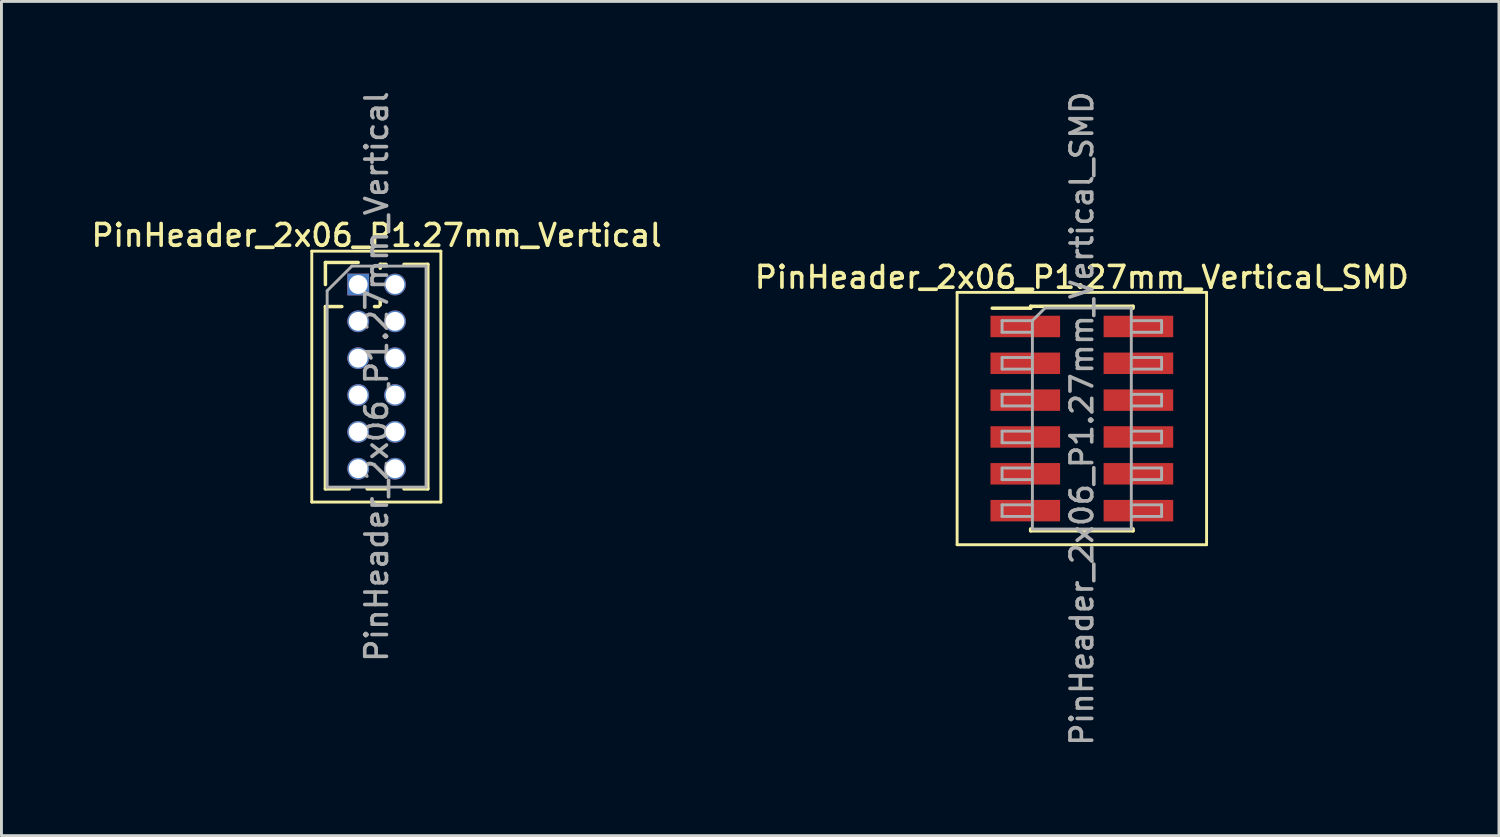
<source format=kicad_pcb>
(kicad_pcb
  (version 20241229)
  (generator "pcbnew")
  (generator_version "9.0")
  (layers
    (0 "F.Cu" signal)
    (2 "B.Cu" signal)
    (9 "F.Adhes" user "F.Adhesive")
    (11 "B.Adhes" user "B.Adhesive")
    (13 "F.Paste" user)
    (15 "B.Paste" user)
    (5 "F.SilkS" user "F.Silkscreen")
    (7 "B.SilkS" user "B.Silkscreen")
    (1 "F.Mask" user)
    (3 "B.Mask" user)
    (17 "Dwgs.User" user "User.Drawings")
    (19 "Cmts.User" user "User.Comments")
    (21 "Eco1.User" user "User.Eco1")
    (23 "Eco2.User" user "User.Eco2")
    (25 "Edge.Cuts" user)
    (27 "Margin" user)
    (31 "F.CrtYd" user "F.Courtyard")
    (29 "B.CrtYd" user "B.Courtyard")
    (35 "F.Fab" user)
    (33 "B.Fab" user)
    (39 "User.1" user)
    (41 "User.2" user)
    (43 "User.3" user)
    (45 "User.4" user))
  (footprint "PinHeader_2x06_P1.27mm_Vertical"
    (layer "F.Cu")
    (at 9.299 6.759)
    (property "Reference" "PinHeader_2x06_P1.27mm_Vertical" (at 0.635 -1.695 0) (layer "F.SilkS") (effects (font (size 0.75 0.75) (thickness 0.125))))
    (attr through_hole)
    (fp_line (start -1.6 -1.15) (end -1.6 7.5) (stroke (width 0.1) (type solid)) (layer "F.SilkS"))
    (fp_line (start -1.6 7.5) (end 2.85 7.5) (stroke (width 0.1) (type solid)) (layer "F.SilkS"))
    (fp_line (start -1.13 -0.76) (end 0 -0.76) (stroke (width 0.12) (type solid)) (layer "F.SilkS"))
    (fp_line (start -1.13 0) (end -1.13 -0.76) (stroke (width 0.12) (type solid)) (layer "F.SilkS"))
    (fp_line (start -1.13 0.76) (end -1.13 7.045) (stroke (width 0.12) (type solid)) (layer "F.SilkS"))
    (fp_line (start -1.13 0.76) (end -0.563 0.76) (stroke (width 0.12) (type solid)) (layer "F.SilkS"))
    (fp_line (start -1.13 7.045) (end -0.308 7.045) (stroke (width 0.12) (type solid)) (layer "F.SilkS"))
    (fp_line (start 0.308 7.045) (end 0.962 7.045) (stroke (width 0.12) (type solid)) (layer "F.SilkS"))
    (fp_line (start 0.563 0.76) (end 0.707 0.76) (stroke (width 0.12) (type solid)) (layer "F.SilkS"))
    (fp_line (start 0.76 -0.695) (end 0.962 -0.695) (stroke (width 0.12) (type solid)) (layer "F.SilkS"))
    (fp_line (start 0.76 -0.563) (end 0.76 -0.695) (stroke (width 0.12) (type solid)) (layer "F.SilkS"))
    (fp_line (start 0.76 0.707) (end 0.76 0.563) (stroke (width 0.12) (type solid)) (layer "F.SilkS"))
    (fp_line (start 1.578 -0.695) (end 2.4 -0.695) (stroke (width 0.12) (type solid)) (layer "F.SilkS"))
    (fp_line (start 1.578 7.045) (end 2.4 7.045) (stroke (width 0.12) (type solid)) (layer "F.SilkS"))
    (fp_line (start 2.4 -0.695) (end 2.4 7.045) (stroke (width 0.12) (type solid)) (layer "F.SilkS"))
    (fp_line (start 2.85 -1.15) (end -1.6 -1.15) (stroke (width 0.1) (type solid)) (layer "F.SilkS"))
    (fp_line (start 2.85 7.5) (end 2.85 -1.15) (stroke (width 0.1) (type solid)) (layer "F.SilkS"))
    (fp_line (start -1.07 0.217) (end -0.217 -0.635) (stroke (width 0.1) (type solid)) (layer "F.Fab"))
    (fp_line (start -1.07 6.985) (end -1.07 0.217) (stroke (width 0.1) (type solid)) (layer "F.Fab"))
    (fp_line (start -0.217 -0.635) (end 2.34 -0.635) (stroke (width 0.1) (type solid)) (layer "F.Fab"))
    (fp_line (start 2.34 -0.635) (end 2.34 6.985) (stroke (width 0.1) (type solid)) (layer "F.Fab"))
    (fp_line (start 2.34 6.985) (end -1.07 6.985) (stroke (width 0.1) (type solid)) (layer "F.Fab"))
    (fp_text user "${REFERENCE}" (at 0.635 3.175 90) (layer "F.Fab") (effects (font (size 0.75 0.75) (thickness 0.125))))
    (pad "1" thru_hole rect (at 0 0) (size 0.75 0.75) (drill 0.65) (layers "*.Cu" "*.Mask"))
    (pad "2" thru_hole oval (at 1.27 0) (size 0.75 0.75) (drill 0.65) (layers "*.Cu" "*.Mask"))
    (pad "3" thru_hole oval (at 0 1.27) (size 0.75 0.75) (drill 0.65) (layers "*.Cu" "*.Mask"))
    (pad "4" thru_hole oval (at 1.27 1.27) (size 0.75 0.75) (drill 0.65) (layers "*.Cu" "*.Mask"))
    (pad "5" thru_hole oval (at 0 2.54) (size 0.75 0.75) (drill 0.65) (layers "*.Cu" "*.Mask"))
    (pad "6" thru_hole oval (at 1.27 2.54) (size 0.75 0.75) (drill 0.65) (layers "*.Cu" "*.Mask"))
    (pad "7" thru_hole oval (at 0 3.81) (size 0.75 0.75) (drill 0.65) (layers "*.Cu" "*.Mask"))
    (pad "8" thru_hole oval (at 1.27 3.81) (size 0.75 0.75) (drill 0.65) (layers "*.Cu" "*.Mask"))
    (pad "9" thru_hole oval (at 0 5.08) (size 0.75 0.75) (drill 0.65) (layers "*.Cu" "*.Mask"))
    (pad "10" thru_hole oval (at 1.27 5.08) (size 0.75 0.75) (drill 0.65) (layers "*.Cu" "*.Mask"))
    (pad "11" thru_hole oval (at 0 6.35) (size 0.75 0.75) (drill 0.65) (layers "*.Cu" "*.Mask"))
    (pad "12" thru_hole oval (at 1.27 6.35) (size 0.75 0.75) (drill 0.65) (layers "*.Cu" "*.Mask")))
  (footprint "PinHeader_2x06_P1.27mm_Vertical_SMD"
    (layer "F.Cu")
    (at 34.248 11.38)
    (property "Reference" "PinHeader_2x06_P1.27mm_Vertical_SMD" (at 0 -4.87 0) (layer "F.SilkS") (effects (font (size 0.75 0.75) (thickness 0.125))))
    (attr smd)
    (fp_line (start -4.3 -4.35) (end -4.3 4.35) (stroke (width 0.1) (type solid)) (layer "F.SilkS"))
    (fp_line (start -4.3 4.35) (end 4.3 4.35) (stroke (width 0.1) (type solid)) (layer "F.SilkS"))
    (fp_line (start -3.09 -3.805) (end -1.765 -3.805) (stroke (width 0.12) (type solid)) (layer "F.SilkS"))
    (fp_line (start -1.765 -3.87) (end -1.765 -3.805) (stroke (width 0.12) (type solid)) (layer "F.SilkS"))
    (fp_line (start -1.765 -3.87) (end 1.765 -3.87) (stroke (width 0.12) (type solid)) (layer "F.SilkS"))
    (fp_line (start -1.765 3.805) (end -1.765 3.87) (stroke (width 0.12) (type solid)) (layer "F.SilkS"))
    (fp_line (start -1.765 3.87) (end 1.765 3.87) (stroke (width 0.12) (type solid)) (layer "F.SilkS"))
    (fp_line (start 1.765 -3.87) (end 1.765 -3.805) (stroke (width 0.12) (type solid)) (layer "F.SilkS"))
    (fp_line (start 1.765 3.805) (end 1.765 3.87) (stroke (width 0.12) (type solid)) (layer "F.SilkS"))
    (fp_line (start 4.3 -4.35) (end -4.3 -4.35) (stroke (width 0.1) (type solid)) (layer "F.SilkS"))
    (fp_line (start 4.3 4.35) (end 4.3 -4.35) (stroke (width 0.1) (type solid)) (layer "F.SilkS"))
    (fp_line (start -2.75 -3.375) (end -2.75 -2.975) (stroke (width 0.1) (type solid)) (layer "F.Fab"))
    (fp_line (start -2.75 -2.975) (end -1.705 -2.975) (stroke (width 0.1) (type solid)) (layer "F.Fab"))
    (fp_line (start -2.75 -2.105) (end -2.75 -1.705) (stroke (width 0.1) (type solid)) (layer "F.Fab"))
    (fp_line (start -2.75 -1.705) (end -1.705 -1.705) (stroke (width 0.1) (type solid)) (layer "F.Fab"))
    (fp_line (start -2.75 -0.835) (end -2.75 -0.435) (stroke (width 0.1) (type solid)) (layer "F.Fab"))
    (fp_line (start -2.75 -0.435) (end -1.705 -0.435) (stroke (width 0.1) (type solid)) (layer "F.Fab"))
    (fp_line (start -2.75 0.435) (end -2.75 0.835) (stroke (width 0.1) (type solid)) (layer "F.Fab"))
    (fp_line (start -2.75 0.835) (end -1.705 0.835) (stroke (width 0.1) (type solid)) (layer "F.Fab"))
    (fp_line (start -2.75 1.705) (end -2.75 2.105) (stroke (width 0.1) (type solid)) (layer "F.Fab"))
    (fp_line (start -2.75 2.105) (end -1.705 2.105) (stroke (width 0.1) (type solid)) (layer "F.Fab"))
    (fp_line (start -2.75 2.975) (end -2.75 3.375) (stroke (width 0.1) (type solid)) (layer "F.Fab"))
    (fp_line (start -2.75 3.375) (end -1.705 3.375) (stroke (width 0.1) (type solid)) (layer "F.Fab"))
    (fp_line (start -1.705 -3.375) (end -2.75 -3.375) (stroke (width 0.1) (type solid)) (layer "F.Fab"))
    (fp_line (start -1.705 -3.375) (end -1.27 -3.81) (stroke (width 0.1) (type solid)) (layer "F.Fab"))
    (fp_line (start -1.705 -2.105) (end -2.75 -2.105) (stroke (width 0.1) (type solid)) (layer "F.Fab"))
    (fp_line (start -1.705 -0.835) (end -2.75 -0.835) (stroke (width 0.1) (type solid)) (layer "F.Fab"))
    (fp_line (start -1.705 0.435) (end -2.75 0.435) (stroke (width 0.1) (type solid)) (layer "F.Fab"))
    (fp_line (start -1.705 1.705) (end -2.75 1.705) (stroke (width 0.1) (type solid)) (layer "F.Fab"))
    (fp_line (start -1.705 2.975) (end -2.75 2.975) (stroke (width 0.1) (type solid)) (layer "F.Fab"))
    (fp_line (start -1.705 3.81) (end -1.705 -3.375) (stroke (width 0.1) (type solid)) (layer "F.Fab"))
    (fp_line (start -1.27 -3.81) (end 1.705 -3.81) (stroke (width 0.1) (type solid)) (layer "F.Fab"))
    (fp_line (start 1.705 -3.81) (end 1.705 3.81) (stroke (width 0.1) (type solid)) (layer "F.Fab"))
    (fp_line (start 1.705 -3.375) (end 2.75 -3.375) (stroke (width 0.1) (type solid)) (layer "F.Fab"))
    (fp_line (start 1.705 -2.105) (end 2.75 -2.105) (stroke (width 0.1) (type solid)) (layer "F.Fab"))
    (fp_line (start 1.705 -0.835) (end 2.75 -0.835) (stroke (width 0.1) (type solid)) (layer "F.Fab"))
    (fp_line (start 1.705 0.435) (end 2.75 0.435) (stroke (width 0.1) (type solid)) (layer "F.Fab"))
    (fp_line (start 1.705 1.705) (end 2.75 1.705) (stroke (width 0.1) (type solid)) (layer "F.Fab"))
    (fp_line (start 1.705 2.975) (end 2.75 2.975) (stroke (width 0.1) (type solid)) (layer "F.Fab"))
    (fp_line (start 1.705 3.81) (end -1.705 3.81) (stroke (width 0.1) (type solid)) (layer "F.Fab"))
    (fp_line (start 2.75 -3.375) (end 2.75 -2.975) (stroke (width 0.1) (type solid)) (layer "F.Fab"))
    (fp_line (start 2.75 -2.975) (end 1.705 -2.975) (stroke (width 0.1) (type solid)) (layer "F.Fab"))
    (fp_line (start 2.75 -2.105) (end 2.75 -1.705) (stroke (width 0.1) (type solid)) (layer "F.Fab"))
    (fp_line (start 2.75 -1.705) (end 1.705 -1.705) (stroke (width 0.1) (type solid)) (layer "F.Fab"))
    (fp_line (start 2.75 -0.835) (end 2.75 -0.435) (stroke (width 0.1) (type solid)) (layer "F.Fab"))
    (fp_line (start 2.75 -0.435) (end 1.705 -0.435) (stroke (width 0.1) (type solid)) (layer "F.Fab"))
    (fp_line (start 2.75 0.435) (end 2.75 0.835) (stroke (width 0.1) (type solid)) (layer "F.Fab"))
    (fp_line (start 2.75 0.835) (end 1.705 0.835) (stroke (width 0.1) (type solid)) (layer "F.Fab"))
    (fp_line (start 2.75 1.705) (end 2.75 2.105) (stroke (width 0.1) (type solid)) (layer "F.Fab"))
    (fp_line (start 2.75 2.105) (end 1.705 2.105) (stroke (width 0.1) (type solid)) (layer "F.Fab"))
    (fp_line (start 2.75 2.975) (end 2.75 3.375) (stroke (width 0.1) (type solid)) (layer "F.Fab"))
    (fp_line (start 2.75 3.375) (end 1.705 3.375) (stroke (width 0.1) (type solid)) (layer "F.Fab"))
    (fp_text user "${REFERENCE}" (at 0 0 90) (layer "F.Fab") (effects (font (size 0.75 0.75) (thickness 0.125))))
    (pad "1" smd rect (at -1.95 -3.175) (size 2.4 0.74) (layers "F.Cu" "F.Mask" "F.Paste"))
    (pad "2" smd rect (at 1.95 -3.175) (size 2.4 0.74) (layers "F.Cu" "F.Mask" "F.Paste"))
    (pad "3" smd rect (at -1.95 -1.905) (size 2.4 0.74) (layers "F.Cu" "F.Mask" "F.Paste"))
    (pad "4" smd rect (at 1.95 -1.905) (size 2.4 0.74) (layers "F.Cu" "F.Mask" "F.Paste"))
    (pad "5" smd rect (at -1.95 -0.635) (size 2.4 0.74) (layers "F.Cu" "F.Mask" "F.Paste"))
    (pad "6" smd rect (at 1.95 -0.635) (size 2.4 0.74) (layers "F.Cu" "F.Mask" "F.Paste"))
    (pad "7" smd rect (at -1.95 0.635) (size 2.4 0.74) (layers "F.Cu" "F.Mask" "F.Paste"))
    (pad "8" smd rect (at 1.95 0.635) (size 2.4 0.74) (layers "F.Cu" "F.Mask" "F.Paste"))
    (pad "9" smd rect (at -1.95 1.905) (size 2.4 0.74) (layers "F.Cu" "F.Mask" "F.Paste"))
    (pad "10" smd rect (at 1.95 1.905) (size 2.4 0.74) (layers "F.Cu" "F.Mask" "F.Paste"))
    (pad "11" smd rect (at -1.95 3.175) (size 2.4 0.74) (layers "F.Cu" "F.Mask" "F.Paste"))
    (pad "12" smd rect (at 1.95 3.175) (size 2.4 0.74) (layers "F.Cu" "F.Mask" "F.Paste")))
  (gr_rect
    (start -3 -3)
    (end 48.629 25.761)
    (stroke (width 0.1) (type default))
    (fill no)
    (layer "Edge.Cuts")))
</source>
